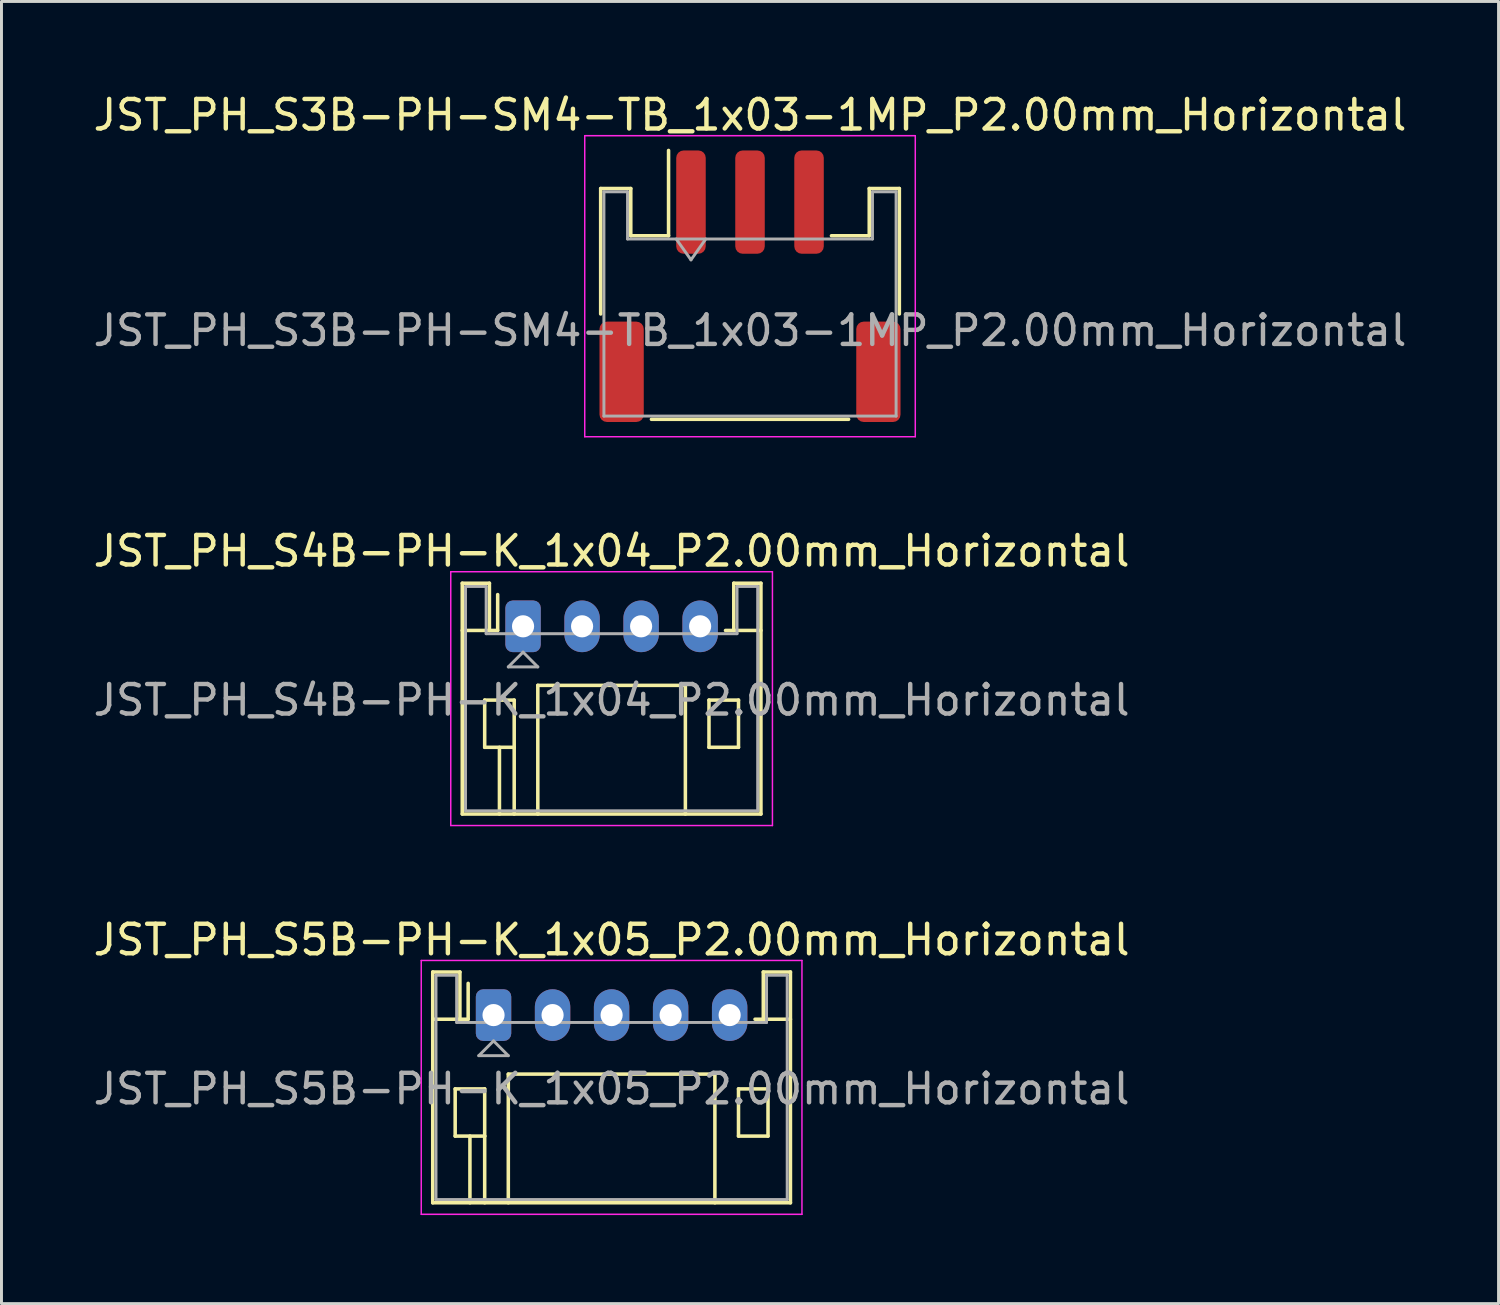
<source format=kicad_pcb>
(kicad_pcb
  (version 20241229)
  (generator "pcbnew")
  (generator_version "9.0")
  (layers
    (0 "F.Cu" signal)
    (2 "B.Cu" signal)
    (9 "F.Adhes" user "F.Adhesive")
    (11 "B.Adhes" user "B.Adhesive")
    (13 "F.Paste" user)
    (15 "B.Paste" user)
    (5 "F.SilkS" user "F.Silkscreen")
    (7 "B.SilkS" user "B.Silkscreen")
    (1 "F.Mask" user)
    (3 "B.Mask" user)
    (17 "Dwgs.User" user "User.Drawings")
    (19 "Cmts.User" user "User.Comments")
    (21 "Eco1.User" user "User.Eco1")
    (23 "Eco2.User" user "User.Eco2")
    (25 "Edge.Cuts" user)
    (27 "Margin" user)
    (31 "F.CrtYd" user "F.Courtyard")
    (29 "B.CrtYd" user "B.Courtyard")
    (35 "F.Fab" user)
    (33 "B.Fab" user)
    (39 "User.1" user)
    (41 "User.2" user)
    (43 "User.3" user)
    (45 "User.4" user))
  (footprint "JST_PH_S3B-PH-SM4-TB_1x03-1MP_P2.00mm_Horizontal"
    (layer "F.Cu")
    (at 22.363 6.648)
    (property "Reference" "JST_PH_S3B-PH-SM4-TB_1x03-1MP_P2.00mm_Horizontal" (at 0 -5.8 0) (layer "F.SilkS") (effects (font (size 1 1) (thickness 0.15))))
    (attr smd)
    (fp_line (start -5.06 -3.31) (end -4.04 -3.31) (stroke (width 0.12) (type solid)) (layer "F.SilkS"))
    (fp_line (start -5.06 0.94) (end -5.06 -3.31) (stroke (width 0.12) (type solid)) (layer "F.SilkS"))
    (fp_line (start -4.04 -3.31) (end -4.04 -1.71) (stroke (width 0.12) (type solid)) (layer "F.SilkS"))
    (fp_line (start -4.04 -1.71) (end -2.76 -1.71) (stroke (width 0.12) (type solid)) (layer "F.SilkS"))
    (fp_line (start -3.34 4.51) (end 3.34 4.51) (stroke (width 0.12) (type solid)) (layer "F.SilkS"))
    (fp_line (start -2.76 -1.71) (end -2.76 -4.6) (stroke (width 0.12) (type solid)) (layer "F.SilkS"))
    (fp_line (start 4.04 -3.31) (end 4.04 -1.71) (stroke (width 0.12) (type solid)) (layer "F.SilkS"))
    (fp_line (start 4.04 -1.71) (end 2.76 -1.71) (stroke (width 0.12) (type solid)) (layer "F.SilkS"))
    (fp_line (start 5.06 -3.31) (end 4.04 -3.31) (stroke (width 0.12) (type solid)) (layer "F.SilkS"))
    (fp_line (start 5.06 0.94) (end 5.06 -3.31) (stroke (width 0.12) (type solid)) (layer "F.SilkS"))
    (fp_line (start -5.6 -5.1) (end -5.6 5.1) (stroke (width 0.05) (type solid)) (layer "F.CrtYd"))
    (fp_line (start -5.6 5.1) (end 5.6 5.1) (stroke (width 0.05) (type solid)) (layer "F.CrtYd"))
    (fp_line (start 5.6 -5.1) (end -5.6 -5.1) (stroke (width 0.05) (type solid)) (layer "F.CrtYd"))
    (fp_line (start 5.6 5.1) (end 5.6 -5.1) (stroke (width 0.05) (type solid)) (layer "F.CrtYd"))
    (fp_line (start -4.95 -3.2) (end -4.95 4.4) (stroke (width 0.1) (type solid)) (layer "F.Fab"))
    (fp_line (start -4.95 -3.2) (end -4.15 -3.2) (stroke (width 0.1) (type solid)) (layer "F.Fab"))
    (fp_line (start -4.95 4.4) (end 4.95 4.4) (stroke (width 0.1) (type solid)) (layer "F.Fab"))
    (fp_line (start -4.15 -3.2) (end -4.15 -1.6) (stroke (width 0.1) (type solid)) (layer "F.Fab"))
    (fp_line (start -4.15 -1.6) (end 4.15 -1.6) (stroke (width 0.1) (type solid)) (layer "F.Fab"))
    (fp_line (start -2.5 -1.6) (end -2 -0.893) (stroke (width 0.1) (type solid)) (layer "F.Fab"))
    (fp_line (start -2 -0.893) (end -1.5 -1.6) (stroke (width 0.1) (type solid)) (layer "F.Fab"))
    (fp_line (start 4.15 -3.2) (end 4.95 -3.2) (stroke (width 0.1) (type solid)) (layer "F.Fab"))
    (fp_line (start 4.15 -1.6) (end 4.15 -3.2) (stroke (width 0.1) (type solid)) (layer "F.Fab"))
    (fp_line (start 4.95 -3.2) (end 4.95 4.4) (stroke (width 0.1) (type solid)) (layer "F.Fab"))
    (fp_text user "${REFERENCE}" (at 0 1.5 0) (layer "F.Fab") (effects (font (size 1 1) (thickness 0.15))))
    (pad "1" smd roundrect (at -2 -2.85) (size 1 3.5) (layers "F.Cu" "F.Mask" "F.Paste") (roundrect_rratio 0.25))
    (pad "2" smd roundrect (at 0 -2.85) (size 1 3.5) (layers "F.Cu" "F.Mask" "F.Paste") (roundrect_rratio 0.25))
    (pad "3" smd roundrect (at 2 -2.85) (size 1 3.5) (layers "F.Cu" "F.Mask" "F.Paste") (roundrect_rratio 0.25))
    (pad "MP" smd roundrect (at -4.35 2.9) (size 1.5 3.4) (layers "F.Cu" "F.Mask" "F.Paste") (roundrect_rratio 0.167))
    (pad "MP" smd roundrect (at 4.35 2.9) (size 1.5 3.4) (layers "F.Cu" "F.Mask" "F.Paste") (roundrect_rratio 0.167)))
  (footprint "JST_PH_S5B-PH-K_1x05_P2.00mm_Horizontal"
    (layer "F.Cu")
    (at 13.673 31.345)
    (property "Reference" "JST_PH_S5B-PH-K_1x05_P2.00mm_Horizontal" (at 4 -2.55 0) (layer "F.SilkS") (effects (font (size 1 1) (thickness 0.15))))
    (attr through_hole)
    (fp_line (start -2.06 -1.46) (end -2.06 6.36) (stroke (width 0.12) (type solid)) (layer "F.SilkS"))
    (fp_line (start -2.06 0.14) (end -1.14 0.14) (stroke (width 0.12) (type solid)) (layer "F.SilkS"))
    (fp_line (start -2.06 6.36) (end 10.06 6.36) (stroke (width 0.12) (type solid)) (layer "F.SilkS"))
    (fp_line (start -1.3 2.5) (end -1.3 4.1) (stroke (width 0.12) (type solid)) (layer "F.SilkS"))
    (fp_line (start -1.3 4.1) (end -0.3 4.1) (stroke (width 0.12) (type solid)) (layer "F.SilkS"))
    (fp_line (start -1.14 -1.46) (end -2.06 -1.46) (stroke (width 0.12) (type solid)) (layer "F.SilkS"))
    (fp_line (start -1.14 0.14) (end -1.14 -1.46) (stroke (width 0.12) (type solid)) (layer "F.SilkS"))
    (fp_line (start -0.86 0.14) (end -1.14 0.14) (stroke (width 0.12) (type solid)) (layer "F.SilkS"))
    (fp_line (start -0.86 0.14) (end -0.86 -1.075) (stroke (width 0.12) (type solid)) (layer "F.SilkS"))
    (fp_line (start -0.8 4.1) (end -0.8 6.36) (stroke (width 0.12) (type solid)) (layer "F.SilkS"))
    (fp_line (start -0.3 2.5) (end -1.3 2.5) (stroke (width 0.12) (type solid)) (layer "F.SilkS"))
    (fp_line (start -0.3 4.1) (end -0.3 2.5) (stroke (width 0.12) (type solid)) (layer "F.SilkS"))
    (fp_line (start -0.3 4.1) (end -0.3 6.36) (stroke (width 0.12) (type solid)) (layer "F.SilkS"))
    (fp_line (start 0.5 2) (end 7.5 2) (stroke (width 0.12) (type solid)) (layer "F.SilkS"))
    (fp_line (start 0.5 6.36) (end 0.5 2) (stroke (width 0.12) (type solid)) (layer "F.SilkS"))
    (fp_line (start 7.5 2) (end 7.5 6.36) (stroke (width 0.12) (type solid)) (layer "F.SilkS"))
    (fp_line (start 8.3 2.5) (end 9.3 2.5) (stroke (width 0.12) (type solid)) (layer "F.SilkS"))
    (fp_line (start 8.3 4.1) (end 8.3 2.5) (stroke (width 0.12) (type solid)) (layer "F.SilkS"))
    (fp_line (start 9.14 -1.46) (end 9.14 0.14) (stroke (width 0.12) (type solid)) (layer "F.SilkS"))
    (fp_line (start 9.14 0.14) (end 8.86 0.14) (stroke (width 0.12) (type solid)) (layer "F.SilkS"))
    (fp_line (start 9.3 2.5) (end 9.3 4.1) (stroke (width 0.12) (type solid)) (layer "F.SilkS"))
    (fp_line (start 9.3 4.1) (end 8.3 4.1) (stroke (width 0.12) (type solid)) (layer "F.SilkS"))
    (fp_line (start 10.06 -1.46) (end 9.14 -1.46) (stroke (width 0.12) (type solid)) (layer "F.SilkS"))
    (fp_line (start 10.06 0.14) (end 9.14 0.14) (stroke (width 0.12) (type solid)) (layer "F.SilkS"))
    (fp_line (start 10.06 6.36) (end 10.06 -1.46) (stroke (width 0.12) (type solid)) (layer "F.SilkS"))
    (fp_line (start -2.45 -1.85) (end -2.45 6.75) (stroke (width 0.05) (type solid)) (layer "F.CrtYd"))
    (fp_line (start -2.45 6.75) (end 10.45 6.75) (stroke (width 0.05) (type solid)) (layer "F.CrtYd"))
    (fp_line (start 10.45 -1.85) (end -2.45 -1.85) (stroke (width 0.05) (type solid)) (layer "F.CrtYd"))
    (fp_line (start 10.45 6.75) (end 10.45 -1.85) (stroke (width 0.05) (type solid)) (layer "F.CrtYd"))
    (fp_line (start -1.95 -1.35) (end -1.95 6.25) (stroke (width 0.1) (type solid)) (layer "F.Fab"))
    (fp_line (start -1.95 6.25) (end 9.95 6.25) (stroke (width 0.1) (type solid)) (layer "F.Fab"))
    (fp_line (start -1.25 -1.35) (end -1.95 -1.35) (stroke (width 0.1) (type solid)) (layer "F.Fab"))
    (fp_line (start -1.25 0.25) (end -1.25 -1.35) (stroke (width 0.1) (type solid)) (layer "F.Fab"))
    (fp_line (start -0.5 1.375) (end 0.5 1.375) (stroke (width 0.1) (type solid)) (layer "F.Fab"))
    (fp_line (start 0 0.875) (end -0.5 1.375) (stroke (width 0.1) (type solid)) (layer "F.Fab"))
    (fp_line (start 0.5 1.375) (end 0 0.875) (stroke (width 0.1) (type solid)) (layer "F.Fab"))
    (fp_line (start 9.25 -1.35) (end 9.25 0.25) (stroke (width 0.1) (type solid)) (layer "F.Fab"))
    (fp_line (start 9.25 0.25) (end -1.25 0.25) (stroke (width 0.1) (type solid)) (layer "F.Fab"))
    (fp_line (start 9.95 -1.35) (end 9.25 -1.35) (stroke (width 0.1) (type solid)) (layer "F.Fab"))
    (fp_line (start 9.95 6.25) (end 9.95 -1.35) (stroke (width 0.1) (type solid)) (layer "F.Fab"))
    (fp_text user "${REFERENCE}" (at 4 2.5 0) (layer "F.Fab") (effects (font (size 1 1) (thickness 0.15))))
    (pad "1" thru_hole roundrect (at 0 0) (size 1.2 1.75) (drill 0.75) (layers "*.Cu" "*.Mask") (roundrect_rratio 0.208))
    (pad "2" thru_hole oval (at 2 0) (size 1.2 1.75) (drill 0.75) (layers "*.Cu" "*.Mask"))
    (pad "3" thru_hole oval (at 4 0) (size 1.2 1.75) (drill 0.75) (layers "*.Cu" "*.Mask"))
    (pad "4" thru_hole oval (at 6 0) (size 1.2 1.75) (drill 0.75) (layers "*.Cu" "*.Mask"))
    (pad "5" thru_hole oval (at 8 0) (size 1.2 1.75) (drill 0.75) (layers "*.Cu" "*.Mask")))
  (footprint "JST_PH_S4B-PH-K_1x04_P2.00mm_Horizontal"
    (layer "F.Cu")
    (at 14.673 18.172)
    (property "Reference" "JST_PH_S4B-PH-K_1x04_P2.00mm_Horizontal" (at 3 -2.55 0) (layer "F.SilkS") (effects (font (size 1 1) (thickness 0.15))))
    (attr through_hole)
    (fp_line (start -2.06 -1.46) (end -2.06 6.36) (stroke (width 0.12) (type solid)) (layer "F.SilkS"))
    (fp_line (start -2.06 0.14) (end -1.14 0.14) (stroke (width 0.12) (type solid)) (layer "F.SilkS"))
    (fp_line (start -2.06 6.36) (end 8.06 6.36) (stroke (width 0.12) (type solid)) (layer "F.SilkS"))
    (fp_line (start -1.3 2.5) (end -1.3 4.1) (stroke (width 0.12) (type solid)) (layer "F.SilkS"))
    (fp_line (start -1.3 4.1) (end -0.3 4.1) (stroke (width 0.12) (type solid)) (layer "F.SilkS"))
    (fp_line (start -1.14 -1.46) (end -2.06 -1.46) (stroke (width 0.12) (type solid)) (layer "F.SilkS"))
    (fp_line (start -1.14 0.14) (end -1.14 -1.46) (stroke (width 0.12) (type solid)) (layer "F.SilkS"))
    (fp_line (start -0.86 0.14) (end -1.14 0.14) (stroke (width 0.12) (type solid)) (layer "F.SilkS"))
    (fp_line (start -0.86 0.14) (end -0.86 -1.075) (stroke (width 0.12) (type solid)) (layer "F.SilkS"))
    (fp_line (start -0.8 4.1) (end -0.8 6.36) (stroke (width 0.12) (type solid)) (layer "F.SilkS"))
    (fp_line (start -0.3 2.5) (end -1.3 2.5) (stroke (width 0.12) (type solid)) (layer "F.SilkS"))
    (fp_line (start -0.3 4.1) (end -0.3 2.5) (stroke (width 0.12) (type solid)) (layer "F.SilkS"))
    (fp_line (start -0.3 4.1) (end -0.3 6.36) (stroke (width 0.12) (type solid)) (layer "F.SilkS"))
    (fp_line (start 0.5 2) (end 5.5 2) (stroke (width 0.12) (type solid)) (layer "F.SilkS"))
    (fp_line (start 0.5 6.36) (end 0.5 2) (stroke (width 0.12) (type solid)) (layer "F.SilkS"))
    (fp_line (start 5.5 2) (end 5.5 6.36) (stroke (width 0.12) (type solid)) (layer "F.SilkS"))
    (fp_line (start 6.3 2.5) (end 7.3 2.5) (stroke (width 0.12) (type solid)) (layer "F.SilkS"))
    (fp_line (start 6.3 4.1) (end 6.3 2.5) (stroke (width 0.12) (type solid)) (layer "F.SilkS"))
    (fp_line (start 7.14 -1.46) (end 7.14 0.14) (stroke (width 0.12) (type solid)) (layer "F.SilkS"))
    (fp_line (start 7.14 0.14) (end 6.86 0.14) (stroke (width 0.12) (type solid)) (layer "F.SilkS"))
    (fp_line (start 7.3 2.5) (end 7.3 4.1) (stroke (width 0.12) (type solid)) (layer "F.SilkS"))
    (fp_line (start 7.3 4.1) (end 6.3 4.1) (stroke (width 0.12) (type solid)) (layer "F.SilkS"))
    (fp_line (start 8.06 -1.46) (end 7.14 -1.46) (stroke (width 0.12) (type solid)) (layer "F.SilkS"))
    (fp_line (start 8.06 0.14) (end 7.14 0.14) (stroke (width 0.12) (type solid)) (layer "F.SilkS"))
    (fp_line (start 8.06 6.36) (end 8.06 -1.46) (stroke (width 0.12) (type solid)) (layer "F.SilkS"))
    (fp_line (start -2.45 -1.85) (end -2.45 6.75) (stroke (width 0.05) (type solid)) (layer "F.CrtYd"))
    (fp_line (start -2.45 6.75) (end 8.45 6.75) (stroke (width 0.05) (type solid)) (layer "F.CrtYd"))
    (fp_line (start 8.45 -1.85) (end -2.45 -1.85) (stroke (width 0.05) (type solid)) (layer "F.CrtYd"))
    (fp_line (start 8.45 6.75) (end 8.45 -1.85) (stroke (width 0.05) (type solid)) (layer "F.CrtYd"))
    (fp_line (start -1.95 -1.35) (end -1.95 6.25) (stroke (width 0.1) (type solid)) (layer "F.Fab"))
    (fp_line (start -1.95 6.25) (end 7.95 6.25) (stroke (width 0.1) (type solid)) (layer "F.Fab"))
    (fp_line (start -1.25 -1.35) (end -1.95 -1.35) (stroke (width 0.1) (type solid)) (layer "F.Fab"))
    (fp_line (start -1.25 0.25) (end -1.25 -1.35) (stroke (width 0.1) (type solid)) (layer "F.Fab"))
    (fp_line (start -0.5 1.375) (end 0.5 1.375) (stroke (width 0.1) (type solid)) (layer "F.Fab"))
    (fp_line (start 0 0.875) (end -0.5 1.375) (stroke (width 0.1) (type solid)) (layer "F.Fab"))
    (fp_line (start 0.5 1.375) (end 0 0.875) (stroke (width 0.1) (type solid)) (layer "F.Fab"))
    (fp_line (start 7.25 -1.35) (end 7.25 0.25) (stroke (width 0.1) (type solid)) (layer "F.Fab"))
    (fp_line (start 7.25 0.25) (end -1.25 0.25) (stroke (width 0.1) (type solid)) (layer "F.Fab"))
    (fp_line (start 7.95 -1.35) (end 7.25 -1.35) (stroke (width 0.1) (type solid)) (layer "F.Fab"))
    (fp_line (start 7.95 6.25) (end 7.95 -1.35) (stroke (width 0.1) (type solid)) (layer "F.Fab"))
    (fp_text user "${REFERENCE}" (at 3 2.5 0) (layer "F.Fab") (effects (font (size 1 1) (thickness 0.15))))
    (pad "1" thru_hole roundrect (at 0 0) (size 1.2 1.75) (drill 0.75) (layers "*.Cu" "*.Mask") (roundrect_rratio 0.208))
    (pad "2" thru_hole oval (at 2 0) (size 1.2 1.75) (drill 0.75) (layers "*.Cu" "*.Mask"))
    (pad "3" thru_hole oval (at 4 0) (size 1.2 1.75) (drill 0.75) (layers "*.Cu" "*.Mask"))
    (pad "4" thru_hole oval (at 6 0) (size 1.2 1.75) (drill 0.75) (layers "*.Cu" "*.Mask")))
  (gr_rect
    (start -3 -3)
    (end 47.726 41.12)
    (stroke (width 0.1) (type default))
    (fill no)
    (layer "Edge.Cuts")))
</source>
